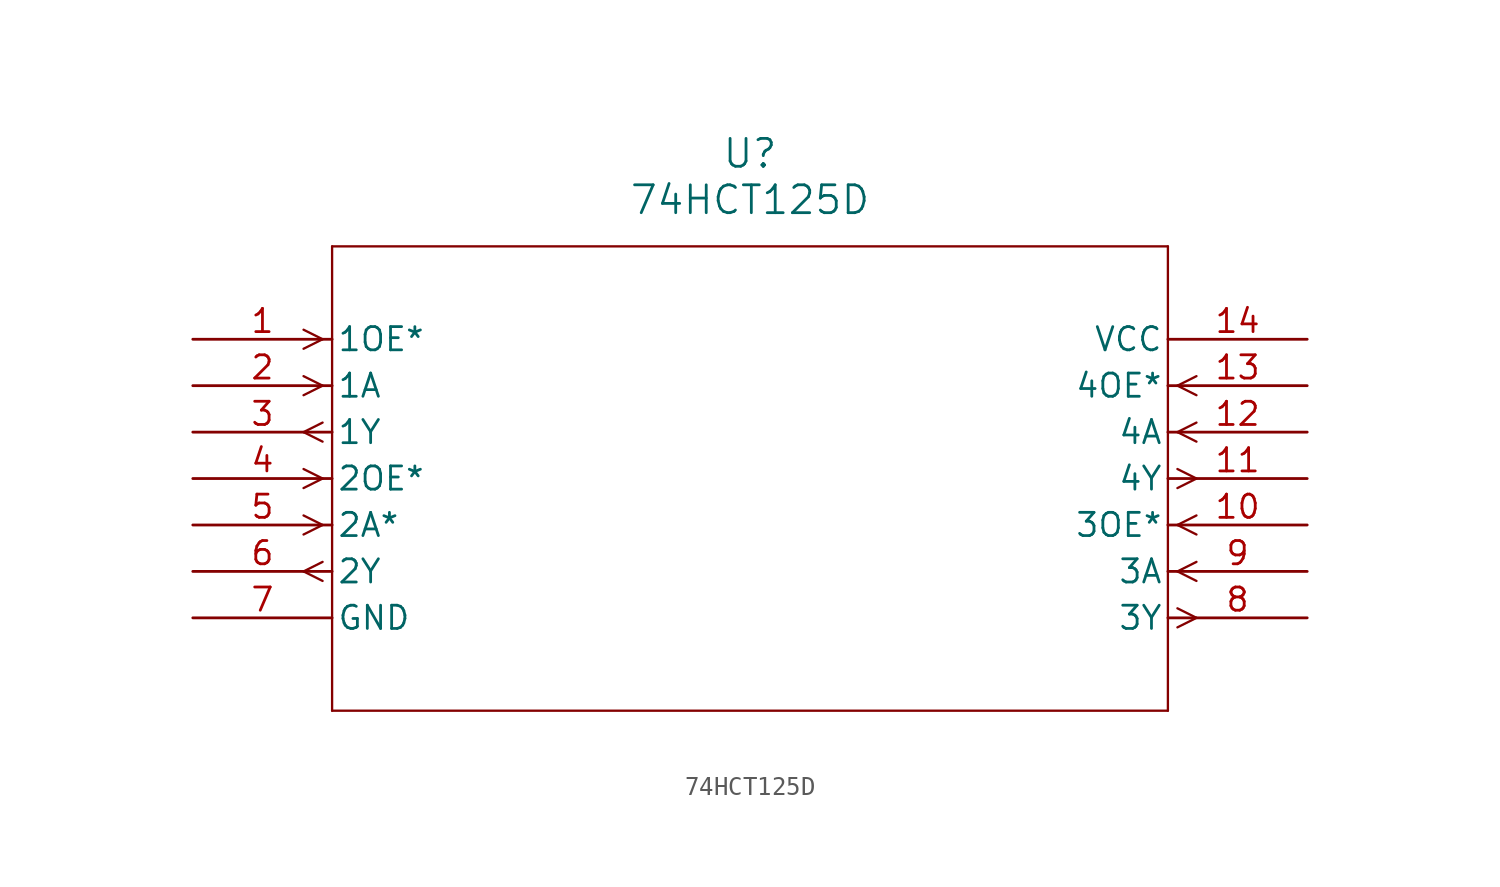
<source format=kicad_sym>
(kicad_symbol_lib
  (version 20211014)
  (generator kicad_symbol_editor)
  (symbol "74HCT125D"
    (pin_names
      (offset 0.254))
    (property "Reference" "U"
      (at 30.48 10.16 0)
      (effects (font (size 1.524 1.524))))
    (property "Value" "74HCT125D"
      (at 30.48 7.62 0)
      (effects (font (size 1.524 1.524))))
    (symbol "74HCT125D_0_1"
      (polyline (pts (xy 7.099 0) (xy 6.058 0.521)) (stroke (width 0.127) (type default) (color 0 0 0 0)) (fill (type none)))
      (polyline (pts (xy 7.099 0) (xy 6.058 -0.521)) (stroke (width 0.127) (type default) (color 0 0 0 0)) (fill (type none)))
      (polyline (pts (xy 7.099 -2.54) (xy 6.058 -2.019)) (stroke (width 0.127) (type default) (color 0 0 0 0)) (fill (type none)))
      (polyline (pts (xy 7.099 -2.54) (xy 6.058 -3.061)) (stroke (width 0.127) (type default) (color 0 0 0 0)) (fill (type none)))
      (polyline (pts (xy 7.099 -4.559) (xy 6.058 -5.08)) (stroke (width 0.127) (type default) (color 0 0 0 0)) (fill (type none)))
      (polyline (pts (xy 7.099 -5.601) (xy 6.058 -5.08)) (stroke (width 0.127) (type default) (color 0 0 0 0)) (fill (type none)))
      (polyline (pts (xy 7.099 -7.62) (xy 6.058 -7.099)) (stroke (width 0.127) (type default) (color 0 0 0 0)) (fill (type none)))
      (polyline (pts (xy 7.099 -7.62) (xy 6.058 -8.141)) (stroke (width 0.127) (type default) (color 0 0 0 0)) (fill (type none)))
      (polyline (pts (xy 7.099 -10.16) (xy 6.058 -9.639)) (stroke (width 0.127) (type default) (color 0 0 0 0)) (fill (type none)))
      (polyline (pts (xy 7.099 -10.16) (xy 6.058 -10.681)) (stroke (width 0.127) (type default) (color 0 0 0 0)) (fill (type none)))
      (polyline (pts (xy 7.099 -12.179) (xy 6.058 -12.7)) (stroke (width 0.127) (type default) (color 0 0 0 0)) (fill (type none)))
      (polyline (pts (xy 7.099 -13.221) (xy 6.058 -12.7)) (stroke (width 0.127) (type default) (color 0 0 0 0)) (fill (type none)))
      (polyline (pts (xy 53.861 -14.719) (xy 54.902 -15.24)) (stroke (width 0.127) (type default) (color 0 0 0 0)) (fill (type none)))
      (polyline (pts (xy 53.861 -15.761) (xy 54.902 -15.24)) (stroke (width 0.127) (type default) (color 0 0 0 0)) (fill (type none)))
      (polyline (pts (xy 53.861 -12.7) (xy 54.902 -12.179)) (stroke (width 0.127) (type default) (color 0 0 0 0)) (fill (type none)))
      (polyline (pts (xy 53.861 -12.7) (xy 54.902 -13.221)) (stroke (width 0.127) (type default) (color 0 0 0 0)) (fill (type none)))
      (polyline (pts (xy 53.861 -10.16) (xy 54.902 -9.639)) (stroke (width 0.127) (type default) (color 0 0 0 0)) (fill (type none)))
      (polyline (pts (xy 53.861 -10.16) (xy 54.902 -10.681)) (stroke (width 0.127) (type default) (color 0 0 0 0)) (fill (type none)))
      (polyline (pts (xy 53.861 -7.099) (xy 54.902 -7.62)) (stroke (width 0.127) (type default) (color 0 0 0 0)) (fill (type none)))
      (polyline (pts (xy 53.861 -8.141) (xy 54.902 -7.62)) (stroke (width 0.127) (type default) (color 0 0 0 0)) (fill (type none)))
      (polyline (pts (xy 53.861 -5.08) (xy 54.902 -4.559)) (stroke (width 0.127) (type default) (color 0 0 0 0)) (fill (type none)))
      (polyline (pts (xy 53.861 -5.08) (xy 54.902 -5.601)) (stroke (width 0.127) (type default) (color 0 0 0 0)) (fill (type none)))
      (polyline (pts (xy 53.861 -2.54) (xy 54.902 -2.019)) (stroke (width 0.127) (type default) (color 0 0 0 0)) (fill (type none)))
      (polyline (pts (xy 53.861 -2.54) (xy 54.902 -3.061)) (stroke (width 0.127) (type default) (color 0 0 0 0)) (fill (type none)))
      (polyline (pts (xy 7.62 5.08) (xy 7.62 -20.32)) (stroke (width 0.127) (type default) (color 0 0 0 0)) (fill (type none)))
      (polyline (pts (xy 7.62 -20.32) (xy 53.34 -20.32)) (stroke (width 0.127) (type default) (color 0 0 0 0)) (fill (type none)))
      (polyline (pts (xy 53.34 -20.32) (xy 53.34 5.08)) (stroke (width 0.127) (type default) (color 0 0 0 0)) (fill (type none)))
      (polyline (pts (xy 53.34 5.08) (xy 7.62 5.08)) (stroke (width 0.127) (type default) (color 0 0 0 0)) (fill (type none)))
      (pin input line (at 0 0 0) (length 7.62) (name "1OE*" (effects (font (size 1.27 1.27)))) (number "1" (effects (font (size 1.27 1.27)))))
      (pin input line (at 0 -2.54 0) (length 7.62) (name "1A" (effects (font (size 1.27 1.27)))) (number "2" (effects (font (size 1.27 1.27)))))
      (pin output line (at 0 -5.08 0) (length 7.62) (name "1Y" (effects (font (size 1.27 1.27)))) (number "3" (effects (font (size 1.27 1.27)))))
      (pin input line (at 0 -7.62 0) (length 7.62) (name "2OE*" (effects (font (size 1.27 1.27)))) (number "4" (effects (font (size 1.27 1.27)))))
      (pin input line (at 0 -10.16 0) (length 7.62) (name "2A*" (effects (font (size 1.27 1.27)))) (number "5" (effects (font (size 1.27 1.27)))))
      (pin output line (at 0 -12.7 0) (length 7.62) (name "2Y" (effects (font (size 1.27 1.27)))) (number "6" (effects (font (size 1.27 1.27)))))
      (pin power_in line (at 0 -15.24 0) (length 7.62) (name "GND" (effects (font (size 1.27 1.27)))) (number "7" (effects (font (size 1.27 1.27)))))
      (pin output line (at 60.96 -15.24 180) (length 7.62) (name "3Y" (effects (font (size 1.27 1.27)))) (number "8" (effects (font (size 1.27 1.27)))))
      (pin input line (at 60.96 -12.7 180) (length 7.62) (name "3A" (effects (font (size 1.27 1.27)))) (number "9" (effects (font (size 1.27 1.27)))))
      (pin input line (at 60.96 -10.16 180) (length 7.62) (name "3OE*" (effects (font (size 1.27 1.27)))) (number "10" (effects (font (size 1.27 1.27)))))
      (pin output line (at 60.96 -7.62 180) (length 7.62) (name "4Y" (effects (font (size 1.27 1.27)))) (number "11" (effects (font (size 1.27 1.27)))))
      (pin input line (at 60.96 -5.08 180) (length 7.62) (name "4A" (effects (font (size 1.27 1.27)))) (number "12" (effects (font (size 1.27 1.27)))))
      (pin input line (at 60.96 -2.54 180) (length 7.62) (name "4OE*" (effects (font (size 1.27 1.27)))) (number "13" (effects (font (size 1.27 1.27)))))
      (pin power_in line (at 60.96 0 180) (length 7.62) (name "VCC" (effects (font (size 1.27 1.27)))) (number "14" (effects (font (size 1.27 1.27))))))))
</source>
